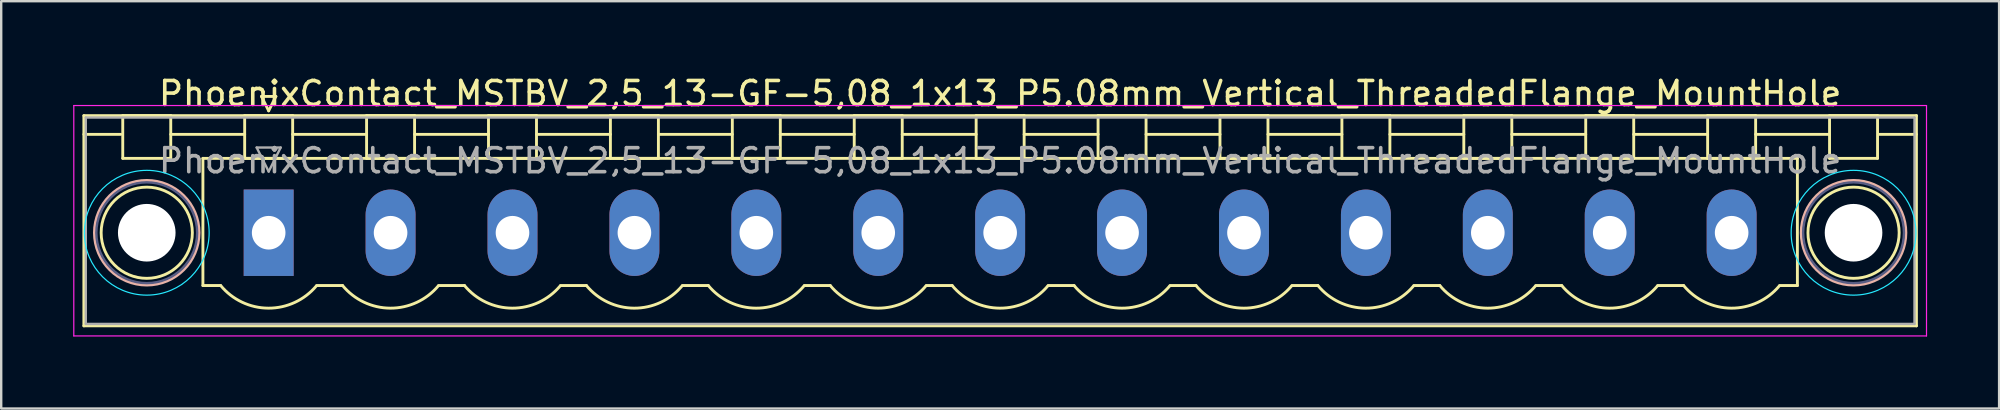
<source format=kicad_pcb>
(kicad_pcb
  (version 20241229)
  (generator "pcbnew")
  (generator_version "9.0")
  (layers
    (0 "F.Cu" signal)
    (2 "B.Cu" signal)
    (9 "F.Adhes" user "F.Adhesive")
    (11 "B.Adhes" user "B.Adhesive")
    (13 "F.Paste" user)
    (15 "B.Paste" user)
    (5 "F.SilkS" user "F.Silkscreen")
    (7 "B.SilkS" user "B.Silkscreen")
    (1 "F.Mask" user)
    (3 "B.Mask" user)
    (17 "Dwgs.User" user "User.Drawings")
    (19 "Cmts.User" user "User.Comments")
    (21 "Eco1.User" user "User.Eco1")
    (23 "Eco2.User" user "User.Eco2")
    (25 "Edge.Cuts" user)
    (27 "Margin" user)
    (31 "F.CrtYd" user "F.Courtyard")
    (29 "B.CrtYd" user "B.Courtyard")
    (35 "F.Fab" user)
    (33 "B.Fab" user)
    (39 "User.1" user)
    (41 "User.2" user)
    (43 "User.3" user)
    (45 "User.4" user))
  (footprint "PhoenixContact_MSTBV_2,5_13-GF-5,08_1x13_P5.08mm_Vertical_ThreadedFlange_MountHole"
    (layer "F.Cu")
    (at 8.145 6.648)
    (property "Reference" "PhoenixContact_MSTBV_2,5_13-GF-5,08_1x13_P5.08mm_Vertical_ThreadedFlange_MountHole" (at 30.48 -5.8 0) (layer "F.SilkS") (effects (font (size 1 1) (thickness 0.15))))
    (attr through_hole)
    (fp_line (start -7.7 -4.88) (end -7.7 3.88) (stroke (width 0.12) (type solid)) (layer "F.SilkS"))
    (fp_line (start -7.7 -4.1) (end -6.16 -4.1) (stroke (width 0.12) (type solid)) (layer "F.SilkS"))
    (fp_line (start -7.7 3.88) (end 68.66 3.88) (stroke (width 0.12) (type solid)) (layer "F.SilkS"))
    (fp_line (start -6.08 -4.88) (end -4.08 -4.88) (stroke (width 0.12) (type solid)) (layer "F.SilkS"))
    (fp_line (start -6.08 -3.1) (end -6.08 -4.88) (stroke (width 0.12) (type solid)) (layer "F.SilkS"))
    (fp_line (start -4.08 -4.88) (end -4.08 -3.1) (stroke (width 0.12) (type solid)) (layer "F.SilkS"))
    (fp_line (start -4.08 -4.1) (end -1 -4.1) (stroke (width 0.12) (type solid)) (layer "F.SilkS"))
    (fp_line (start -4.08 -3.1) (end -6.08 -3.1) (stroke (width 0.12) (type solid)) (layer "F.SilkS"))
    (fp_line (start -2.74 -3.1) (end 63.7 -3.1) (stroke (width 0.12) (type solid)) (layer "F.SilkS"))
    (fp_line (start -2.74 2.2) (end -2.74 -3.1) (stroke (width 0.12) (type solid)) (layer "F.SilkS"))
    (fp_line (start -2 2.2) (end -2.74 2.2) (stroke (width 0.12) (type solid)) (layer "F.SilkS"))
    (fp_line (start -1 -4.88) (end 1 -4.88) (stroke (width 0.12) (type solid)) (layer "F.SilkS"))
    (fp_line (start -1 -3.1) (end -1 -4.88) (stroke (width 0.12) (type solid)) (layer "F.SilkS"))
    (fp_line (start -0.3 -5.68) (end 0.3 -5.68) (stroke (width 0.12) (type solid)) (layer "F.SilkS"))
    (fp_line (start 0 -5.08) (end -0.3 -5.68) (stroke (width 0.12) (type solid)) (layer "F.SilkS"))
    (fp_line (start 0.3 -5.68) (end 0 -5.08) (stroke (width 0.12) (type solid)) (layer "F.SilkS"))
    (fp_line (start 1 -4.88) (end 1 -3.1) (stroke (width 0.12) (type solid)) (layer "F.SilkS"))
    (fp_line (start 1 -4.1) (end 4.08 -4.1) (stroke (width 0.12) (type solid)) (layer "F.SilkS"))
    (fp_line (start 1 -3.1) (end -1 -3.1) (stroke (width 0.12) (type solid)) (layer "F.SilkS"))
    (fp_line (start 2 2.2) (end 3.08 2.2) (stroke (width 0.12) (type solid)) (layer "F.SilkS"))
    (fp_line (start 4.08 -4.88) (end 6.08 -4.88) (stroke (width 0.12) (type solid)) (layer "F.SilkS"))
    (fp_line (start 4.08 -3.1) (end 4.08 -4.88) (stroke (width 0.12) (type solid)) (layer "F.SilkS"))
    (fp_line (start 6.08 -4.88) (end 6.08 -3.1) (stroke (width 0.12) (type solid)) (layer "F.SilkS"))
    (fp_line (start 6.08 -4.1) (end 9.16 -4.1) (stroke (width 0.12) (type solid)) (layer "F.SilkS"))
    (fp_line (start 6.08 -3.1) (end 4.08 -3.1) (stroke (width 0.12) (type solid)) (layer "F.SilkS"))
    (fp_line (start 7.08 2.2) (end 8.16 2.2) (stroke (width 0.12) (type solid)) (layer "F.SilkS"))
    (fp_line (start 9.16 -4.88) (end 11.16 -4.88) (stroke (width 0.12) (type solid)) (layer "F.SilkS"))
    (fp_line (start 9.16 -3.1) (end 9.16 -4.88) (stroke (width 0.12) (type solid)) (layer "F.SilkS"))
    (fp_line (start 11.16 -4.88) (end 11.16 -3.1) (stroke (width 0.12) (type solid)) (layer "F.SilkS"))
    (fp_line (start 11.16 -4.1) (end 14.24 -4.1) (stroke (width 0.12) (type solid)) (layer "F.SilkS"))
    (fp_line (start 11.16 -3.1) (end 9.16 -3.1) (stroke (width 0.12) (type solid)) (layer "F.SilkS"))
    (fp_line (start 12.16 2.2) (end 13.24 2.2) (stroke (width 0.12) (type solid)) (layer "F.SilkS"))
    (fp_line (start 14.24 -4.88) (end 16.24 -4.88) (stroke (width 0.12) (type solid)) (layer "F.SilkS"))
    (fp_line (start 14.24 -3.1) (end 14.24 -4.88) (stroke (width 0.12) (type solid)) (layer "F.SilkS"))
    (fp_line (start 16.24 -4.88) (end 16.24 -3.1) (stroke (width 0.12) (type solid)) (layer "F.SilkS"))
    (fp_line (start 16.24 -4.1) (end 19.32 -4.1) (stroke (width 0.12) (type solid)) (layer "F.SilkS"))
    (fp_line (start 16.24 -3.1) (end 14.24 -3.1) (stroke (width 0.12) (type solid)) (layer "F.SilkS"))
    (fp_line (start 17.24 2.2) (end 18.32 2.2) (stroke (width 0.12) (type solid)) (layer "F.SilkS"))
    (fp_line (start 19.32 -4.88) (end 21.32 -4.88) (stroke (width 0.12) (type solid)) (layer "F.SilkS"))
    (fp_line (start 19.32 -3.1) (end 19.32 -4.88) (stroke (width 0.12) (type solid)) (layer "F.SilkS"))
    (fp_line (start 21.32 -4.88) (end 21.32 -3.1) (stroke (width 0.12) (type solid)) (layer "F.SilkS"))
    (fp_line (start 21.32 -4.1) (end 24.4 -4.1) (stroke (width 0.12) (type solid)) (layer "F.SilkS"))
    (fp_line (start 21.32 -3.1) (end 19.32 -3.1) (stroke (width 0.12) (type solid)) (layer "F.SilkS"))
    (fp_line (start 22.32 2.2) (end 23.4 2.2) (stroke (width 0.12) (type solid)) (layer "F.SilkS"))
    (fp_line (start 24.4 -4.88) (end 26.4 -4.88) (stroke (width 0.12) (type solid)) (layer "F.SilkS"))
    (fp_line (start 24.4 -3.1) (end 24.4 -4.88) (stroke (width 0.12) (type solid)) (layer "F.SilkS"))
    (fp_line (start 26.4 -4.88) (end 26.4 -3.1) (stroke (width 0.12) (type solid)) (layer "F.SilkS"))
    (fp_line (start 26.4 -4.1) (end 29.48 -4.1) (stroke (width 0.12) (type solid)) (layer "F.SilkS"))
    (fp_line (start 26.4 -3.1) (end 24.4 -3.1) (stroke (width 0.12) (type solid)) (layer "F.SilkS"))
    (fp_line (start 27.4 2.2) (end 28.48 2.2) (stroke (width 0.12) (type solid)) (layer "F.SilkS"))
    (fp_line (start 29.48 -4.88) (end 31.48 -4.88) (stroke (width 0.12) (type solid)) (layer "F.SilkS"))
    (fp_line (start 29.48 -3.1) (end 29.48 -4.88) (stroke (width 0.12) (type solid)) (layer "F.SilkS"))
    (fp_line (start 31.48 -4.88) (end 31.48 -3.1) (stroke (width 0.12) (type solid)) (layer "F.SilkS"))
    (fp_line (start 31.48 -4.1) (end 34.56 -4.1) (stroke (width 0.12) (type solid)) (layer "F.SilkS"))
    (fp_line (start 31.48 -3.1) (end 29.48 -3.1) (stroke (width 0.12) (type solid)) (layer "F.SilkS"))
    (fp_line (start 32.48 2.2) (end 33.56 2.2) (stroke (width 0.12) (type solid)) (layer "F.SilkS"))
    (fp_line (start 34.56 -4.88) (end 36.56 -4.88) (stroke (width 0.12) (type solid)) (layer "F.SilkS"))
    (fp_line (start 34.56 -3.1) (end 34.56 -4.88) (stroke (width 0.12) (type solid)) (layer "F.SilkS"))
    (fp_line (start 36.56 -4.88) (end 36.56 -3.1) (stroke (width 0.12) (type solid)) (layer "F.SilkS"))
    (fp_line (start 36.56 -4.1) (end 39.64 -4.1) (stroke (width 0.12) (type solid)) (layer "F.SilkS"))
    (fp_line (start 36.56 -3.1) (end 34.56 -3.1) (stroke (width 0.12) (type solid)) (layer "F.SilkS"))
    (fp_line (start 37.56 2.2) (end 38.64 2.2) (stroke (width 0.12) (type solid)) (layer "F.SilkS"))
    (fp_line (start 39.64 -4.88) (end 41.64 -4.88) (stroke (width 0.12) (type solid)) (layer "F.SilkS"))
    (fp_line (start 39.64 -3.1) (end 39.64 -4.88) (stroke (width 0.12) (type solid)) (layer "F.SilkS"))
    (fp_line (start 41.64 -4.88) (end 41.64 -3.1) (stroke (width 0.12) (type solid)) (layer "F.SilkS"))
    (fp_line (start 41.64 -4.1) (end 44.72 -4.1) (stroke (width 0.12) (type solid)) (layer "F.SilkS"))
    (fp_line (start 41.64 -3.1) (end 39.64 -3.1) (stroke (width 0.12) (type solid)) (layer "F.SilkS"))
    (fp_line (start 42.64 2.2) (end 43.72 2.2) (stroke (width 0.12) (type solid)) (layer "F.SilkS"))
    (fp_line (start 44.72 -4.88) (end 46.72 -4.88) (stroke (width 0.12) (type solid)) (layer "F.SilkS"))
    (fp_line (start 44.72 -3.1) (end 44.72 -4.88) (stroke (width 0.12) (type solid)) (layer "F.SilkS"))
    (fp_line (start 46.72 -4.88) (end 46.72 -3.1) (stroke (width 0.12) (type solid)) (layer "F.SilkS"))
    (fp_line (start 46.72 -4.1) (end 49.8 -4.1) (stroke (width 0.12) (type solid)) (layer "F.SilkS"))
    (fp_line (start 46.72 -3.1) (end 44.72 -3.1) (stroke (width 0.12) (type solid)) (layer "F.SilkS"))
    (fp_line (start 47.72 2.2) (end 48.8 2.2) (stroke (width 0.12) (type solid)) (layer "F.SilkS"))
    (fp_line (start 49.8 -4.88) (end 51.8 -4.88) (stroke (width 0.12) (type solid)) (layer "F.SilkS"))
    (fp_line (start 49.8 -3.1) (end 49.8 -4.88) (stroke (width 0.12) (type solid)) (layer "F.SilkS"))
    (fp_line (start 51.8 -4.88) (end 51.8 -3.1) (stroke (width 0.12) (type solid)) (layer "F.SilkS"))
    (fp_line (start 51.8 -4.1) (end 54.88 -4.1) (stroke (width 0.12) (type solid)) (layer "F.SilkS"))
    (fp_line (start 51.8 -3.1) (end 49.8 -3.1) (stroke (width 0.12) (type solid)) (layer "F.SilkS"))
    (fp_line (start 52.8 2.2) (end 53.88 2.2) (stroke (width 0.12) (type solid)) (layer "F.SilkS"))
    (fp_line (start 54.88 -4.88) (end 56.88 -4.88) (stroke (width 0.12) (type solid)) (layer "F.SilkS"))
    (fp_line (start 54.88 -3.1) (end 54.88 -4.88) (stroke (width 0.12) (type solid)) (layer "F.SilkS"))
    (fp_line (start 56.88 -4.88) (end 56.88 -3.1) (stroke (width 0.12) (type solid)) (layer "F.SilkS"))
    (fp_line (start 56.88 -4.1) (end 59.96 -4.1) (stroke (width 0.12) (type solid)) (layer "F.SilkS"))
    (fp_line (start 56.88 -3.1) (end 54.88 -3.1) (stroke (width 0.12) (type solid)) (layer "F.SilkS"))
    (fp_line (start 57.88 2.2) (end 58.96 2.2) (stroke (width 0.12) (type solid)) (layer "F.SilkS"))
    (fp_line (start 59.96 -4.88) (end 61.96 -4.88) (stroke (width 0.12) (type solid)) (layer "F.SilkS"))
    (fp_line (start 59.96 -3.1) (end 59.96 -4.88) (stroke (width 0.12) (type solid)) (layer "F.SilkS"))
    (fp_line (start 61.96 -4.88) (end 61.96 -3.1) (stroke (width 0.12) (type solid)) (layer "F.SilkS"))
    (fp_line (start 61.96 -4.1) (end 65.04 -4.1) (stroke (width 0.12) (type solid)) (layer "F.SilkS"))
    (fp_line (start 61.96 -3.1) (end 59.96 -3.1) (stroke (width 0.12) (type solid)) (layer "F.SilkS"))
    (fp_line (start 63.7 -3.1) (end 63.7 2.2) (stroke (width 0.12) (type solid)) (layer "F.SilkS"))
    (fp_line (start 63.7 2.2) (end 62.96 2.2) (stroke (width 0.12) (type solid)) (layer "F.SilkS"))
    (fp_line (start 65.04 -4.88) (end 67.04 -4.88) (stroke (width 0.12) (type solid)) (layer "F.SilkS"))
    (fp_line (start 65.04 -3.1) (end 65.04 -4.88) (stroke (width 0.12) (type solid)) (layer "F.SilkS"))
    (fp_line (start 67.04 -4.88) (end 67.04 -3.1) (stroke (width 0.12) (type solid)) (layer "F.SilkS"))
    (fp_line (start 67.04 -3.1) (end 65.04 -3.1) (stroke (width 0.12) (type solid)) (layer "F.SilkS"))
    (fp_line (start 68.66 -4.88) (end -7.7 -4.88) (stroke (width 0.12) (type solid)) (layer "F.SilkS"))
    (fp_line (start 68.66 -4.1) (end 67.12 -4.1) (stroke (width 0.12) (type solid)) (layer "F.SilkS"))
    (fp_line (start 68.66 3.88) (end 68.66 -4.88) (stroke (width 0.12) (type solid)) (layer "F.SilkS"))
    (fp_arc (start 1.986842 2.215821) (mid -0.010289 3.142758) (end -2 2.2) (stroke (width 0.12) (type solid)) (layer "F.SilkS"))
    (fp_arc (start 7.066842 2.215821) (mid 5.069711 3.142758) (end 3.08 2.2) (stroke (width 0.12) (type solid)) (layer "F.SilkS"))
    (fp_arc (start 12.146842 2.215821) (mid 10.149711 3.142758) (end 8.16 2.2) (stroke (width 0.12) (type solid)) (layer "F.SilkS"))
    (fp_arc (start 17.226842 2.215821) (mid 15.229711 3.142758) (end 13.24 2.2) (stroke (width 0.12) (type solid)) (layer "F.SilkS"))
    (fp_arc (start 22.306842 2.215821) (mid 20.309711 3.142758) (end 18.32 2.2) (stroke (width 0.12) (type solid)) (layer "F.SilkS"))
    (fp_arc (start 27.386842 2.215821) (mid 25.389711 3.142758) (end 23.4 2.2) (stroke (width 0.12) (type solid)) (layer "F.SilkS"))
    (fp_arc (start 32.466842 2.215821) (mid 30.469711 3.142758) (end 28.48 2.2) (stroke (width 0.12) (type solid)) (layer "F.SilkS"))
    (fp_arc (start 37.546842 2.215821) (mid 35.549711 3.142758) (end 33.56 2.2) (stroke (width 0.12) (type solid)) (layer "F.SilkS"))
    (fp_arc (start 42.626842 2.215821) (mid 40.629711 3.142758) (end 38.64 2.2) (stroke (width 0.12) (type solid)) (layer "F.SilkS"))
    (fp_arc (start 47.706842 2.215821) (mid 45.709711 3.142758) (end 43.72 2.2) (stroke (width 0.12) (type solid)) (layer "F.SilkS"))
    (fp_arc (start 52.786842 2.215821) (mid 50.789711 3.142758) (end 48.8 2.2) (stroke (width 0.12) (type solid)) (layer "F.SilkS"))
    (fp_arc (start 57.866842 2.215821) (mid 55.869711 3.142758) (end 53.88 2.2) (stroke (width 0.12) (type solid)) (layer "F.SilkS"))
    (fp_arc (start 62.946842 2.215821) (mid 60.949711 3.142758) (end 58.96 2.2) (stroke (width 0.12) (type solid)) (layer "F.SilkS"))
    (fp_circle (center -5.08 0) (end -3.18 0) (stroke (width 0.12) (type solid)) (fill no) (layer "F.SilkS"))
    (fp_circle (center 66.04 0) (end 67.94 0) (stroke (width 0.12) (type solid)) (fill no) (layer "F.SilkS"))
    (fp_circle (center -5.08 0) (end -2.9 0) (stroke (width 0.12) (type solid)) (fill no) (layer "B.SilkS"))
    (fp_circle (center 66.04 0) (end 68.22 0) (stroke (width 0.12) (type solid)) (fill no) (layer "B.SilkS"))
    (fp_circle (center -5.08 0) (end -2.48 0) (stroke (width 0.05) (type solid)) (fill no) (layer "B.CrtYd"))
    (fp_circle (center 66.04 0) (end 68.64 0) (stroke (width 0.05) (type solid)) (fill no) (layer "B.CrtYd"))
    (fp_line (start -8.12 -5.3) (end -8.12 4.3) (stroke (width 0.05) (type solid)) (layer "F.CrtYd"))
    (fp_line (start -8.12 4.3) (end 69.08 4.3) (stroke (width 0.05) (type solid)) (layer "F.CrtYd"))
    (fp_line (start 69.08 -5.3) (end -8.12 -5.3) (stroke (width 0.05) (type solid)) (layer "F.CrtYd"))
    (fp_line (start 69.08 4.3) (end 69.08 -5.3) (stroke (width 0.05) (type solid)) (layer "F.CrtYd"))
    (fp_circle (center -5.08 0) (end -2.98 0) (stroke (width 0.1) (type solid)) (fill no) (layer "B.Fab"))
    (fp_circle (center 66.04 0) (end 68.14 0) (stroke (width 0.1) (type solid)) (fill no) (layer "B.Fab"))
    (fp_line (start -7.62 -4.8) (end -7.62 3.8) (stroke (width 0.1) (type solid)) (layer "F.Fab"))
    (fp_line (start -7.62 3.8) (end 68.58 3.8) (stroke (width 0.1) (type solid)) (layer "F.Fab"))
    (fp_line (start -0.5 -3.55) (end 0.5 -3.55) (stroke (width 0.1) (type solid)) (layer "F.Fab"))
    (fp_line (start 0 -2.55) (end -0.5 -3.55) (stroke (width 0.1) (type solid)) (layer "F.Fab"))
    (fp_line (start 0.5 -3.55) (end 0 -2.55) (stroke (width 0.1) (type solid)) (layer "F.Fab"))
    (fp_line (start 68.58 -4.8) (end -7.62 -4.8) (stroke (width 0.1) (type solid)) (layer "F.Fab"))
    (fp_line (start 68.58 3.8) (end 68.58 -4.8) (stroke (width 0.1) (type solid)) (layer "F.Fab"))
    (fp_text user "${REFERENCE}" (at 30.48 -3 0) (layer "F.Fab") (effects (font (size 1 1) (thickness 0.15))))
    (pad "" np_thru_hole circle (at -5.08 0) (size 2.4 2.4) (drill 2.4) (layers "*.Cu" "*.Mask"))
    (pad "" np_thru_hole circle (at 66.04 0) (size 2.4 2.4) (drill 2.4) (layers "*.Cu" "*.Mask"))
    (pad "1" thru_hole rect (at 0 0) (size 2.08 3.6) (drill 1.4) (layers "*.Cu" "*.Mask"))
    (pad "2" thru_hole oval (at 5.08 0) (size 2.08 3.6) (drill 1.4) (layers "*.Cu" "*.Mask"))
    (pad "3" thru_hole oval (at 10.16 0) (size 2.08 3.6) (drill 1.4) (layers "*.Cu" "*.Mask"))
    (pad "4" thru_hole oval (at 15.24 0) (size 2.08 3.6) (drill 1.4) (layers "*.Cu" "*.Mask"))
    (pad "5" thru_hole oval (at 20.32 0) (size 2.08 3.6) (drill 1.4) (layers "*.Cu" "*.Mask"))
    (pad "6" thru_hole oval (at 25.4 0) (size 2.08 3.6) (drill 1.4) (layers "*.Cu" "*.Mask"))
    (pad "7" thru_hole oval (at 30.48 0) (size 2.08 3.6) (drill 1.4) (layers "*.Cu" "*.Mask"))
    (pad "8" thru_hole oval (at 35.56 0) (size 2.08 3.6) (drill 1.4) (layers "*.Cu" "*.Mask"))
    (pad "9" thru_hole oval (at 40.64 0) (size 2.08 3.6) (drill 1.4) (layers "*.Cu" "*.Mask"))
    (pad "10" thru_hole oval (at 45.72 0) (size 2.08 3.6) (drill 1.4) (layers "*.Cu" "*.Mask"))
    (pad "11" thru_hole oval (at 50.8 0) (size 2.08 3.6) (drill 1.4) (layers "*.Cu" "*.Mask"))
    (pad "12" thru_hole oval (at 55.88 0) (size 2.08 3.6) (drill 1.4) (layers "*.Cu" "*.Mask"))
    (pad "13" thru_hole oval (at 60.96 0) (size 2.08 3.6) (drill 1.4) (layers "*.Cu" "*.Mask")))
  (gr_rect
    (start -3 -3)
    (end 80.25 13.973)
    (stroke (width 0.1) (type default))
    (fill no)
    (layer "Edge.Cuts")))
</source>
